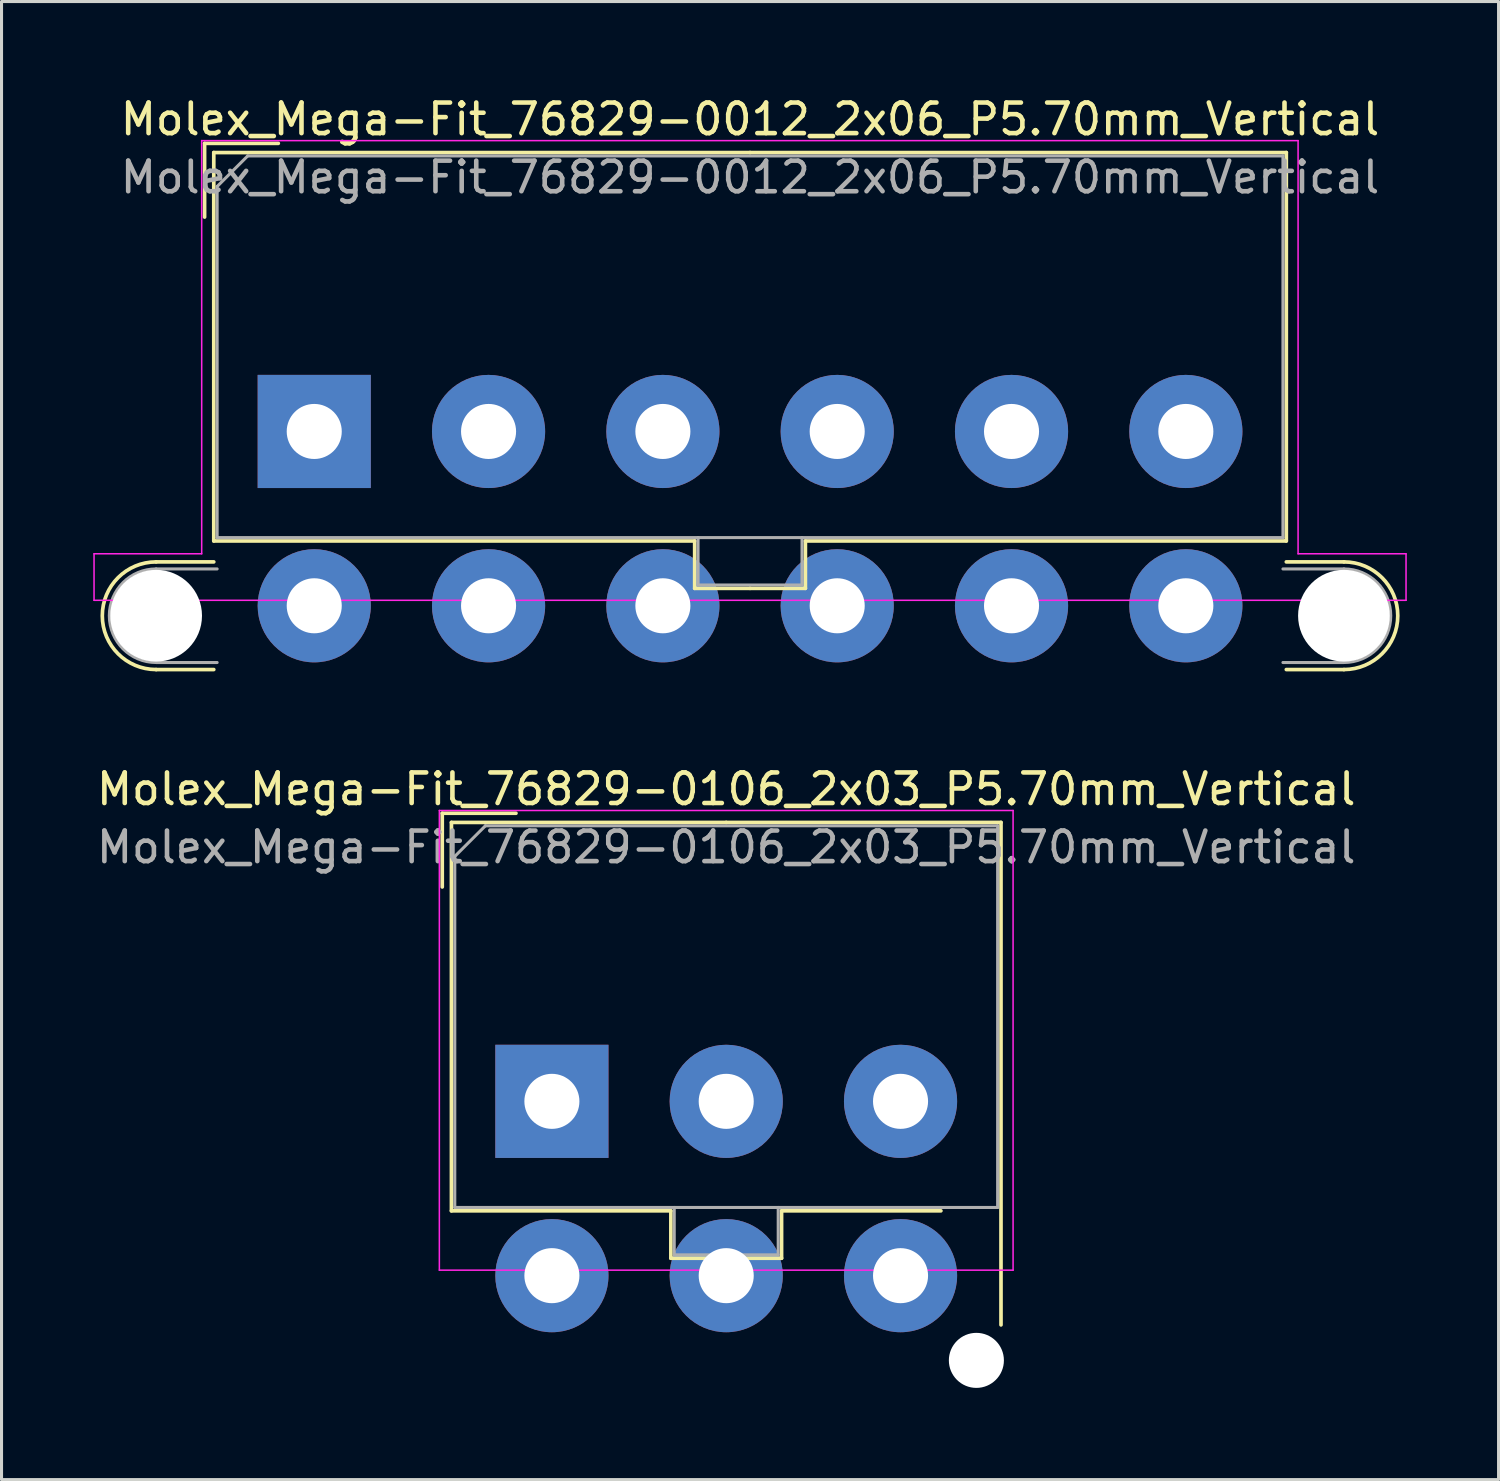
<source format=kicad_pcb>
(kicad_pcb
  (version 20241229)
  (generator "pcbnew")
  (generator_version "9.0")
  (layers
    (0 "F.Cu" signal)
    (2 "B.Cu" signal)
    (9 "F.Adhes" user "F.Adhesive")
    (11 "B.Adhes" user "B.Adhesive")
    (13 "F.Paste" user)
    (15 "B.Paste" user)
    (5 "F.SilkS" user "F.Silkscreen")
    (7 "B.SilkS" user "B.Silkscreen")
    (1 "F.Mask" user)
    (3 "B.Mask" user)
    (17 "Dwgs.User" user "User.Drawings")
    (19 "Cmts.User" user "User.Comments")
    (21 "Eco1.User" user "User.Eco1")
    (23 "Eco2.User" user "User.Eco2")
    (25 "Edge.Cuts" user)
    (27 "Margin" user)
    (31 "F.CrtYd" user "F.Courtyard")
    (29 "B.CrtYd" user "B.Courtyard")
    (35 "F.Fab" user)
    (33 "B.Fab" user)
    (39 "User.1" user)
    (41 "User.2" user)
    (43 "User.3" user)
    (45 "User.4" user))
  (footprint "Molex_Mega-Fit_76829-0012_2x06_P5.70mm_Vertical"
    (layer "F.Cu")
    (at 7.225 11.058)
    (property "Reference" "Molex_Mega-Fit_76829-0012_2x06_P5.70mm_Vertical" (at 14.25 -10.21 0) (layer "F.SilkS") (effects (font (size 1 1) (thickness 0.15))))
    (attr through_hole)
    (fp_line (start -5.17 4.265) (end -3.285 4.265) (stroke (width 0.12) (type solid)) (layer "F.SilkS"))
    (fp_line (start -5.17 7.785) (end -3.285 7.785) (stroke (width 0.12) (type solid)) (layer "F.SilkS"))
    (fp_line (start -3.585 -9.42) (end -1.175 -9.42) (stroke (width 0.12) (type solid)) (layer "F.SilkS"))
    (fp_line (start -3.585 -7.01) (end -3.585 -9.42) (stroke (width 0.12) (type solid)) (layer "F.SilkS"))
    (fp_line (start -3.285 -9.12) (end -3.285 3.58) (stroke (width 0.12) (type solid)) (layer "F.SilkS"))
    (fp_line (start -3.285 3.58) (end 12.44 3.58) (stroke (width 0.12) (type solid)) (layer "F.SilkS"))
    (fp_line (start 12.44 3.58) (end 12.44 5.13) (stroke (width 0.12) (type solid)) (layer "F.SilkS"))
    (fp_line (start 12.44 5.13) (end 14.25 5.13) (stroke (width 0.12) (type solid)) (layer "F.SilkS"))
    (fp_line (start 14.25 -9.12) (end -3.285 -9.12) (stroke (width 0.12) (type solid)) (layer "F.SilkS"))
    (fp_line (start 14.25 -9.12) (end 31.785 -9.12) (stroke (width 0.12) (type solid)) (layer "F.SilkS"))
    (fp_line (start 16.06 3.58) (end 16.06 5.13) (stroke (width 0.12) (type solid)) (layer "F.SilkS"))
    (fp_line (start 16.06 5.13) (end 14.25 5.13) (stroke (width 0.12) (type solid)) (layer "F.SilkS"))
    (fp_line (start 31.785 -9.12) (end 31.785 3.58) (stroke (width 0.12) (type solid)) (layer "F.SilkS"))
    (fp_line (start 31.785 3.58) (end 16.06 3.58) (stroke (width 0.12) (type solid)) (layer "F.SilkS"))
    (fp_line (start 33.67 4.265) (end 31.785 4.265) (stroke (width 0.12) (type solid)) (layer "F.SilkS"))
    (fp_line (start 33.67 7.785) (end 31.785 7.785) (stroke (width 0.12) (type solid)) (layer "F.SilkS"))
    (fp_arc (start -5.17 7.785) (mid -6.93 6.025) (end -5.17 4.265) (stroke (width 0.12) (type solid)) (layer "F.SilkS"))
    (fp_arc (start 33.67 4.265) (mid 35.43 6.025) (end 33.67 7.785) (stroke (width 0.12) (type solid)) (layer "F.SilkS"))
    (fp_line (start -7.2 4) (end -7.2 5.52) (stroke (width 0.05) (type solid)) (layer "F.CrtYd"))
    (fp_line (start -7.2 5.52) (end 35.7 5.52) (stroke (width 0.05) (type solid)) (layer "F.CrtYd"))
    (fp_line (start -3.68 -9.51) (end -3.68 4) (stroke (width 0.05) (type solid)) (layer "F.CrtYd"))
    (fp_line (start -3.68 4) (end -7.2 4) (stroke (width 0.05) (type solid)) (layer "F.CrtYd"))
    (fp_line (start 32.17 -9.51) (end -3.68 -9.51) (stroke (width 0.05) (type solid)) (layer "F.CrtYd"))
    (fp_line (start 32.17 4) (end 32.17 -9.51) (stroke (width 0.05) (type solid)) (layer "F.CrtYd"))
    (fp_line (start 35.7 4) (end 32.17 4) (stroke (width 0.05) (type solid)) (layer "F.CrtYd"))
    (fp_line (start 35.7 5.52) (end 35.7 4) (stroke (width 0.05) (type solid)) (layer "F.CrtYd"))
    (fp_line (start -5.17 4.495) (end -3.175 4.495) (stroke (width 0.1) (type solid)) (layer "F.Fab"))
    (fp_line (start -5.17 7.555) (end -3.175 7.555) (stroke (width 0.1) (type solid)) (layer "F.Fab"))
    (fp_line (start -3.175 -8.01) (end -3.175 3.47) (stroke (width 0.1) (type solid)) (layer "F.Fab"))
    (fp_line (start -3.175 3.47) (end 31.675 3.47) (stroke (width 0.1) (type solid)) (layer "F.Fab"))
    (fp_line (start -2.175 -9.01) (end -3.175 -8.01) (stroke (width 0.1) (type solid)) (layer "F.Fab"))
    (fp_line (start 12.55 3.47) (end 12.55 5.02) (stroke (width 0.1) (type solid)) (layer "F.Fab"))
    (fp_line (start 12.55 5.02) (end 15.95 5.02) (stroke (width 0.1) (type solid)) (layer "F.Fab"))
    (fp_line (start 15.95 5.02) (end 15.95 3.47) (stroke (width 0.1) (type solid)) (layer "F.Fab"))
    (fp_line (start 31.675 -9.01) (end -2.175 -9.01) (stroke (width 0.1) (type solid)) (layer "F.Fab"))
    (fp_line (start 31.675 3.47) (end 31.675 -9.01) (stroke (width 0.1) (type solid)) (layer "F.Fab"))
    (fp_line (start 33.67 4.495) (end 31.675 4.495) (stroke (width 0.1) (type solid)) (layer "F.Fab"))
    (fp_line (start 33.67 7.555) (end 31.675 7.555) (stroke (width 0.1) (type solid)) (layer "F.Fab"))
    (fp_arc (start -5.17 7.555) (mid -6.7 6.025) (end -5.17 4.495) (stroke (width 0.1) (type solid)) (layer "F.Fab"))
    (fp_arc (start 33.67 4.495) (mid 35.2 6.025) (end 33.67 7.555) (stroke (width 0.1) (type solid)) (layer "F.Fab"))
    (fp_text user "${REFERENCE}" (at 14.25 -8.31 0) (layer "F.Fab") (effects (font (size 1 1) (thickness 0.15))))
    (pad "" np_thru_hole circle (at -5.17 6.025) (size 3 3) (drill 3) (layers "*.Cu" "*.Mask"))
    (pad "" np_thru_hole circle (at 33.67 6.025) (size 3 3) (drill 3) (layers "*.Cu" "*.Mask"))
    (pad "1" thru_hole rect (at 0 0) (size 3.7 3.7) (drill 1.8) (layers "*.Cu" "*.Mask"))
    (pad "2" thru_hole circle (at 5.7 0) (size 3.7 3.7) (drill 1.8) (layers "*.Cu" "*.Mask"))
    (pad "3" thru_hole circle (at 11.4 0) (size 3.7 3.7) (drill 1.8) (layers "*.Cu" "*.Mask"))
    (pad "4" thru_hole circle (at 17.1 0) (size 3.7 3.7) (drill 1.8) (layers "*.Cu" "*.Mask"))
    (pad "5" thru_hole circle (at 22.8 0) (size 3.7 3.7) (drill 1.8) (layers "*.Cu" "*.Mask"))
    (pad "6" thru_hole circle (at 28.5 0) (size 3.7 3.7) (drill 1.8) (layers "*.Cu" "*.Mask"))
    (pad "7" thru_hole circle (at 0 5.7) (size 3.7 3.7) (drill 1.8) (layers "*.Cu" "*.Mask"))
    (pad "8" thru_hole circle (at 5.7 5.7) (size 3.7 3.7) (drill 1.8) (layers "*.Cu" "*.Mask"))
    (pad "9" thru_hole circle (at 11.4 5.7) (size 3.7 3.7) (drill 1.8) (layers "*.Cu" "*.Mask"))
    (pad "10" thru_hole circle (at 17.1 5.7) (size 3.7 3.7) (drill 1.8) (layers "*.Cu" "*.Mask"))
    (pad "11" thru_hole circle (at 22.8 5.7) (size 3.7 3.7) (drill 1.8) (layers "*.Cu" "*.Mask"))
    (pad "12" thru_hole circle (at 28.5 5.7) (size 3.7 3.7) (drill 1.8) (layers "*.Cu" "*.Mask")))
  (footprint "Molex_Mega-Fit_76829-0106_2x03_P5.70mm_Vertical"
    (layer "F.Cu")
    (at 14.996 32.962)
    (property "Reference" "Molex_Mega-Fit_76829-0106_2x03_P5.70mm_Vertical" (at 5.7 -10.21 0) (layer "F.SilkS") (effects (font (size 1 1) (thickness 0.15))))
    (attr through_hole)
    (fp_line (start -3.585 -9.42) (end -1.175 -9.42) (stroke (width 0.12) (type solid)) (layer "F.SilkS"))
    (fp_line (start -3.585 -7.01) (end -3.585 -9.42) (stroke (width 0.12) (type solid)) (layer "F.SilkS"))
    (fp_line (start -3.285 -9.12) (end -3.285 3.58) (stroke (width 0.12) (type solid)) (layer "F.SilkS"))
    (fp_line (start -3.285 3.58) (end 3.89 3.58) (stroke (width 0.12) (type solid)) (layer "F.SilkS"))
    (fp_line (start 3.89 3.58) (end 3.89 5.13) (stroke (width 0.12) (type solid)) (layer "F.SilkS"))
    (fp_line (start 3.89 5.13) (end 5.7 5.13) (stroke (width 0.12) (type solid)) (layer "F.SilkS"))
    (fp_line (start 5.7 -9.12) (end -3.285 -9.12) (stroke (width 0.12) (type solid)) (layer "F.SilkS"))
    (fp_line (start 5.7 -9.12) (end 14.685 -9.12) (stroke (width 0.12) (type solid)) (layer "F.SilkS"))
    (fp_line (start 7.51 3.58) (end 7.51 5.13) (stroke (width 0.12) (type solid)) (layer "F.SilkS"))
    (fp_line (start 7.51 5.13) (end 5.7 5.13) (stroke (width 0.12) (type solid)) (layer "F.SilkS"))
    (fp_line (start 12.72 3.58) (end 7.51 3.58) (stroke (width 0.12) (type solid)) (layer "F.SilkS"))
    (fp_line (start 14.685 -9.12) (end 14.685 7.31) (stroke (width 0.12) (type solid)) (layer "F.SilkS"))
    (fp_line (start -3.68 -9.51) (end -3.68 5.52) (stroke (width 0.05) (type solid)) (layer "F.CrtYd"))
    (fp_line (start -3.68 5.52) (end 15.08 5.52) (stroke (width 0.05) (type solid)) (layer "F.CrtYd"))
    (fp_line (start 15.08 -9.51) (end -3.68 -9.51) (stroke (width 0.05) (type solid)) (layer "F.CrtYd"))
    (fp_line (start 15.08 5.52) (end 15.08 -9.51) (stroke (width 0.05) (type solid)) (layer "F.CrtYd"))
    (fp_line (start -3.175 -8.01) (end -3.175 3.47) (stroke (width 0.1) (type solid)) (layer "F.Fab"))
    (fp_line (start -3.175 3.47) (end 14.575 3.47) (stroke (width 0.1) (type solid)) (layer "F.Fab"))
    (fp_line (start -2.175 -9.01) (end -3.175 -8.01) (stroke (width 0.1) (type solid)) (layer "F.Fab"))
    (fp_line (start 4 3.47) (end 4 5.02) (stroke (width 0.1) (type solid)) (layer "F.Fab"))
    (fp_line (start 4 5.02) (end 7.4 5.02) (stroke (width 0.1) (type solid)) (layer "F.Fab"))
    (fp_line (start 7.4 5.02) (end 7.4 3.47) (stroke (width 0.1) (type solid)) (layer "F.Fab"))
    (fp_line (start 14.575 -9.01) (end -2.175 -9.01) (stroke (width 0.1) (type solid)) (layer "F.Fab"))
    (fp_line (start 14.575 3.47) (end 14.575 -9.01) (stroke (width 0.1) (type solid)) (layer "F.Fab"))
    (fp_text user "${REFERENCE}" (at 5.7 -8.31 0) (layer "F.Fab") (effects (font (size 1 1) (thickness 0.15))))
    (pad "" np_thru_hole circle (at 13.88 8.47) (size 1.8 1.8) (drill 1.8) (layers "*.Cu" "*.Mask"))
    (pad "1" thru_hole rect (at 0 0) (size 3.7 3.7) (drill 1.8) (layers "*.Cu" "*.Mask"))
    (pad "2" thru_hole circle (at 5.7 0) (size 3.7 3.7) (drill 1.8) (layers "*.Cu" "*.Mask"))
    (pad "3" thru_hole circle (at 11.4 0) (size 3.7 3.7) (drill 1.8) (layers "*.Cu" "*.Mask"))
    (pad "4" thru_hole circle (at 0 5.7) (size 3.7 3.7) (drill 1.8) (layers "*.Cu" "*.Mask"))
    (pad "5" thru_hole circle (at 5.7 5.7) (size 3.7 3.7) (drill 1.8) (layers "*.Cu" "*.Mask"))
    (pad "6" thru_hole circle (at 11.4 5.7) (size 3.7 3.7) (drill 1.8) (layers "*.Cu" "*.Mask")))
  (gr_rect
    (start -3 -3)
    (end 45.95 45.331)
    (stroke (width 0.1) (type default))
    (fill no)
    (layer "Edge.Cuts")))
</source>
